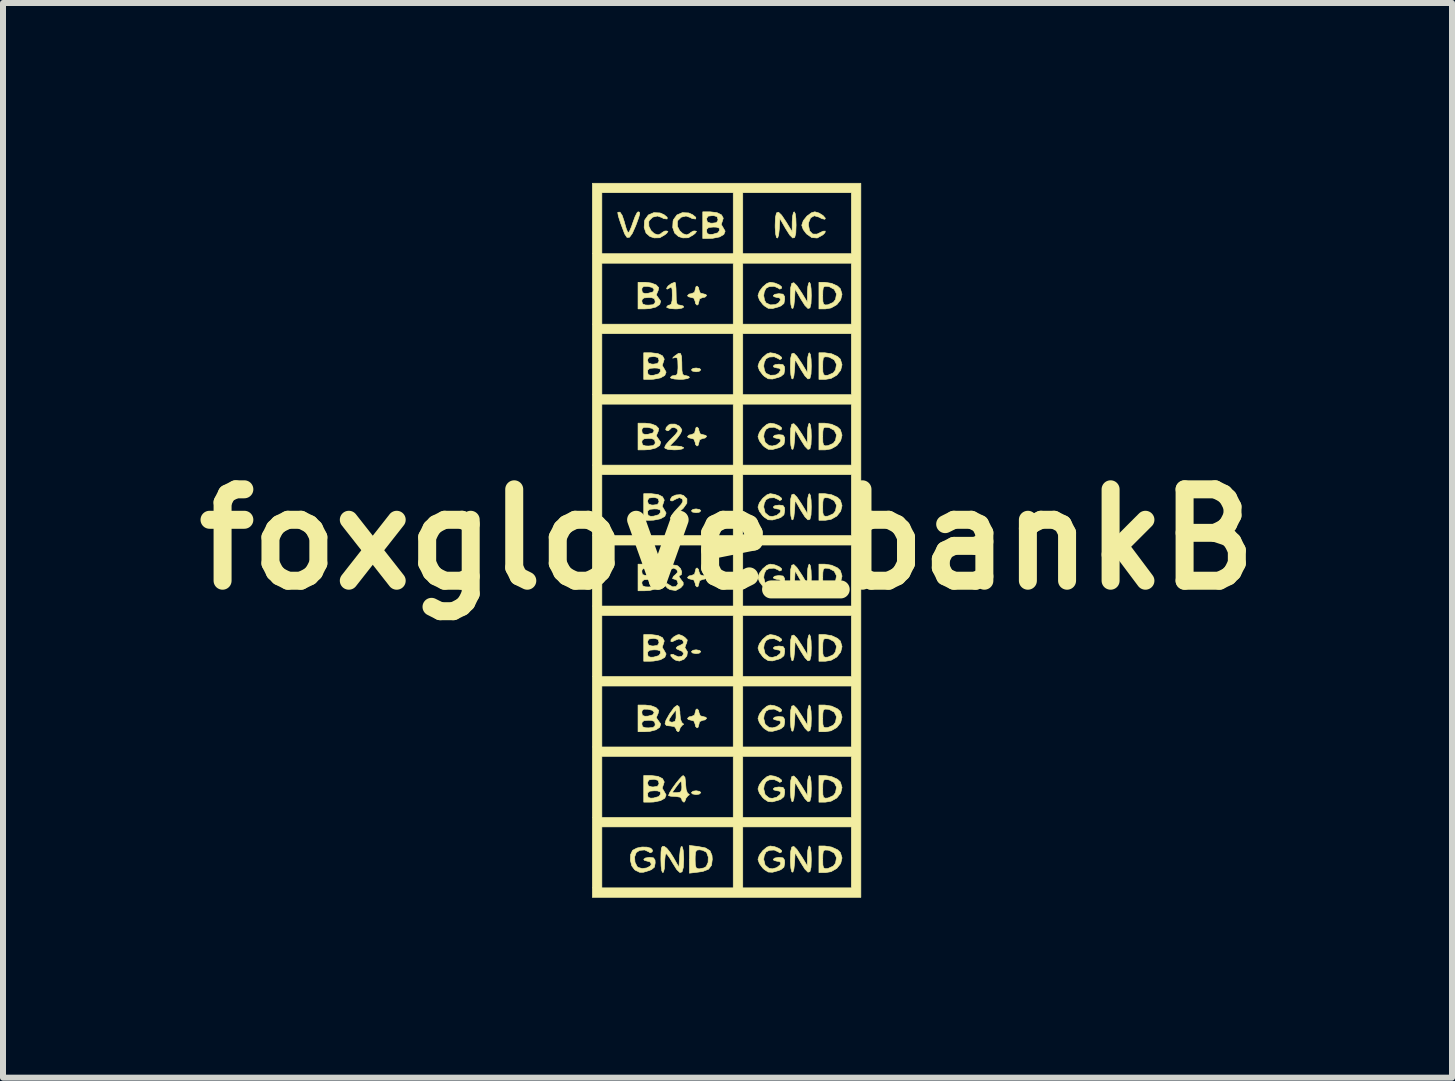
<source format=kicad_pcb>
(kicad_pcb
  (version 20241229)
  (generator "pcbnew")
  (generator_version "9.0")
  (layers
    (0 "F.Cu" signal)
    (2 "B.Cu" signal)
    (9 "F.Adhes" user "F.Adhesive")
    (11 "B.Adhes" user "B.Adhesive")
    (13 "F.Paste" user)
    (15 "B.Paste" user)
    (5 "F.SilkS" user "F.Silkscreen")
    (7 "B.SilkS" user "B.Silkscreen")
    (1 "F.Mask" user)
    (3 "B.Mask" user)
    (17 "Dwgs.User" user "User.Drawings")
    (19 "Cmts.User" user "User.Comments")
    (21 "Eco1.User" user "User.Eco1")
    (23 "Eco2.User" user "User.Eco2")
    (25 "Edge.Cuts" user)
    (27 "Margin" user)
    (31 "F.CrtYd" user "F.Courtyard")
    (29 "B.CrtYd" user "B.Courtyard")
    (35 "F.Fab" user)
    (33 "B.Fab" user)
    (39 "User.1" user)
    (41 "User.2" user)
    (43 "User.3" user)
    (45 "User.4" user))
  (footprint "foxglove_bankB"
    (layer "F.Cu")
    (at 9.079 5.942)
    (property "Reference" "foxglove_bankB" (at 0 0 0) (layer "F.SilkS") (effects (font (size 1.524 1.524) (thickness 0.3))))
    (attr through_hole)
    (fp_poly (pts (xy -0.464 -2.847) (xy -0.445 -2.826) (xy -0.472 -2.802) (xy -0.524 -2.794) (xy -0.584 -2.805) (xy -0.603 -2.826) (xy -0.576 -2.85) (xy -0.524 -2.857) (xy -0.464 -2.847)) (stroke (width 0.01) (type solid)) (fill yes) (layer "F.SilkS"))
    (fp_poly (pts (xy -0.464 -0.497) (xy -0.445 -0.476) (xy -0.472 -0.452) (xy -0.524 -0.445) (xy -0.584 -0.455) (xy -0.603 -0.476) (xy -0.576 -0.5) (xy -0.524 -0.508) (xy -0.464 -0.497)) (stroke (width 0.01) (type solid)) (fill yes) (layer "F.SilkS"))
    (fp_poly (pts (xy -0.464 1.852) (xy -0.445 1.873) (xy -0.472 1.897) (xy -0.524 1.905) (xy -0.584 1.894) (xy -0.603 1.873) (xy -0.576 1.849) (xy -0.524 1.841) (xy -0.464 1.852)) (stroke (width 0.01) (type solid)) (fill yes) (layer "F.SilkS"))
    (fp_poly (pts (xy -0.464 4.202) (xy -0.445 4.223) (xy -0.472 4.247) (xy -0.524 4.255) (xy -0.584 4.244) (xy -0.603 4.223) (xy -0.576 4.199) (xy -0.524 4.191) (xy -0.464 4.202)) (stroke (width 0.01) (type solid)) (fill yes) (layer "F.SilkS"))
    (fp_poly (pts (xy -0.482 -4.196) (xy -0.476 -4.159) (xy -0.454 -4.106) (xy -0.413 -4.096) (xy -0.361 -4.082) (xy -0.349 -4.064) (xy -0.376 -4.038) (xy -0.413 -4.032) (xy -0.466 -4.01) (xy -0.476 -3.969) (xy -0.49 -3.917) (xy -0.508 -3.905) (xy -0.534 -3.932) (xy -0.54 -3.969) (xy -0.562 -4.022) (xy -0.603 -4.032) (xy -0.655 -4.046) (xy -0.667 -4.064) (xy -0.64 -4.09) (xy -0.603 -4.096) (xy -0.55 -4.118) (xy -0.54 -4.159) (xy -0.526 -4.211) (xy -0.508 -4.223) (xy -0.482 -4.196)) (stroke (width 0.01) (type solid)) (fill yes) (layer "F.SilkS"))
    (fp_poly (pts (xy -0.482 -1.847) (xy -0.476 -1.81) (xy -0.454 -1.757) (xy -0.413 -1.746) (xy -0.361 -1.733) (xy -0.349 -1.714) (xy -0.376 -1.689) (xy -0.413 -1.683) (xy -0.466 -1.66) (xy -0.476 -1.619) (xy -0.49 -1.568) (xy -0.508 -1.556) (xy -0.534 -1.582) (xy -0.54 -1.619) (xy -0.562 -1.672) (xy -0.603 -1.683) (xy -0.655 -1.696) (xy -0.667 -1.714) (xy -0.64 -1.74) (xy -0.603 -1.746) (xy -0.55 -1.769) (xy -0.54 -1.81) (xy -0.526 -1.861) (xy -0.508 -1.873) (xy -0.482 -1.847)) (stroke (width 0.01) (type solid)) (fill yes) (layer "F.SilkS"))
    (fp_poly (pts (xy -0.482 0.503) (xy -0.476 0.54) (xy -0.454 0.593) (xy -0.413 0.603) (xy -0.361 0.617) (xy -0.349 0.635) (xy -0.376 0.661) (xy -0.413 0.667) (xy -0.466 0.689) (xy -0.476 0.73) (xy -0.49 0.782) (xy -0.508 0.794) (xy -0.534 0.767) (xy -0.54 0.73) (xy -0.562 0.677) (xy -0.603 0.667) (xy -0.655 0.653) (xy -0.667 0.635) (xy -0.64 0.609) (xy -0.603 0.603) (xy -0.55 0.581) (xy -0.54 0.54) (xy -0.526 0.488) (xy -0.508 0.476) (xy -0.482 0.503)) (stroke (width 0.01) (type solid)) (fill yes) (layer "F.SilkS"))
    (fp_poly (pts (xy -0.482 2.852) (xy -0.476 2.889) (xy -0.454 2.942) (xy -0.413 2.953) (xy -0.361 2.966) (xy -0.349 2.985) (xy -0.376 3.01) (xy -0.413 3.016) (xy -0.466 3.039) (xy -0.476 3.08) (xy -0.49 3.131) (xy -0.508 3.143) (xy -0.534 3.117) (xy -0.54 3.08) (xy -0.562 3.027) (xy -0.603 3.016) (xy -0.655 3.003) (xy -0.667 2.985) (xy -0.64 2.959) (xy -0.603 2.953) (xy -0.55 2.93) (xy -0.54 2.889) (xy -0.526 2.838) (xy -0.508 2.826) (xy -0.482 2.852)) (stroke (width 0.01) (type solid)) (fill yes) (layer "F.SilkS"))
    (fp_poly (pts (xy -1.468 -5.454) (xy -1.464 -5.427) (xy -1.48 -5.368) (xy -1.517 -5.265) (xy -1.533 -5.224) (xy -1.588 -5.1) (xy -1.634 -5.037) (xy -1.675 -5.033) (xy -1.711 -5.086) (xy -1.718 -5.101) (xy -1.783 -5.274) (xy -1.82 -5.389) (xy -1.83 -5.447) (xy -1.828 -5.453) (xy -1.793 -5.455) (xy -1.756 -5.4) (xy -1.72 -5.292) (xy -1.715 -5.271) (xy -1.689 -5.181) (xy -1.665 -5.123) (xy -1.654 -5.112) (xy -1.633 -5.139) (xy -1.602 -5.211) (xy -1.576 -5.286) (xy -1.541 -5.381) (xy -1.509 -5.444) (xy -1.491 -5.461) (xy -1.468 -5.454)) (stroke (width 0.01) (type solid)) (fill yes) (layer "F.SilkS"))
    (fp_poly (pts (xy 1.128 -5.432) (xy 1.139 -5.353) (xy 1.143 -5.239) (xy 1.143 -5.239) (xy 1.138 -5.105) (xy 1.12 -5.034) (xy 1.087 -5.024) (xy 1.037 -5.074) (xy 0.968 -5.183) (xy 0.873 -5.35) (xy 0.864 -5.183) (xy 0.852 -5.074) (xy 0.835 -5.024) (xy 0.817 -5.031) (xy 0.802 -5.091) (xy 0.794 -5.201) (xy 0.794 -5.239) (xy 0.799 -5.372) (xy 0.817 -5.443) (xy 0.851 -5.454) (xy 0.902 -5.404) (xy 0.975 -5.295) (xy 0.976 -5.294) (xy 1.077 -5.128) (xy 1.078 -5.294) (xy 1.084 -5.387) (xy 1.099 -5.448) (xy 1.111 -5.461) (xy 1.128 -5.432)) (stroke (width 0.01) (type solid)) (fill yes) (layer "F.SilkS"))
    (fp_poly (pts (xy 1.382 -4.257) (xy 1.393 -4.178) (xy 1.397 -4.064) (xy 1.397 -4.064) (xy 1.392 -3.931) (xy 1.374 -3.859) (xy 1.341 -3.849) (xy 1.291 -3.899) (xy 1.222 -4.008) (xy 1.127 -4.175) (xy 1.118 -4.008) (xy 1.106 -3.899) (xy 1.089 -3.849) (xy 1.071 -3.856) (xy 1.056 -3.916) (xy 1.048 -4.026) (xy 1.048 -4.064) (xy 1.053 -4.197) (xy 1.071 -4.268) (xy 1.105 -4.279) (xy 1.156 -4.229) (xy 1.229 -4.12) (xy 1.23 -4.12) (xy 1.331 -3.953) (xy 1.332 -4.12) (xy 1.338 -4.213) (xy 1.353 -4.273) (xy 1.365 -4.286) (xy 1.382 -4.257)) (stroke (width 0.01) (type solid)) (fill yes) (layer "F.SilkS"))
    (fp_poly (pts (xy 1.382 -3.082) (xy 1.393 -3.003) (xy 1.397 -2.889) (xy 1.397 -2.889) (xy 1.392 -2.756) (xy 1.374 -2.685) (xy 1.341 -2.674) (xy 1.291 -2.725) (xy 1.222 -2.834) (xy 1.127 -3) (xy 1.118 -2.834) (xy 1.106 -2.724) (xy 1.089 -2.674) (xy 1.071 -2.681) (xy 1.056 -2.741) (xy 1.048 -2.851) (xy 1.048 -2.889) (xy 1.053 -3.022) (xy 1.071 -3.094) (xy 1.105 -3.104) (xy 1.156 -3.054) (xy 1.229 -2.945) (xy 1.23 -2.945) (xy 1.331 -2.778) (xy 1.332 -2.945) (xy 1.338 -3.038) (xy 1.353 -3.098) (xy 1.365 -3.111) (xy 1.382 -3.082)) (stroke (width 0.01) (type solid)) (fill yes) (layer "F.SilkS"))
    (fp_poly (pts (xy 1.382 -1.907) (xy 1.393 -1.829) (xy 1.397 -1.715) (xy 1.397 -1.714) (xy 1.392 -1.581) (xy 1.374 -1.51) (xy 1.341 -1.5) (xy 1.291 -1.55) (xy 1.222 -1.659) (xy 1.127 -1.826) (xy 1.118 -1.659) (xy 1.106 -1.549) (xy 1.089 -1.5) (xy 1.071 -1.506) (xy 1.056 -1.566) (xy 1.048 -1.677) (xy 1.048 -1.714) (xy 1.053 -1.848) (xy 1.071 -1.919) (xy 1.105 -1.929) (xy 1.156 -1.879) (xy 1.229 -1.77) (xy 1.23 -1.77) (xy 1.331 -1.603) (xy 1.332 -1.77) (xy 1.338 -1.863) (xy 1.353 -1.924) (xy 1.365 -1.937) (xy 1.382 -1.907)) (stroke (width 0.01) (type solid)) (fill yes) (layer "F.SilkS"))
    (fp_poly (pts (xy 1.382 -0.733) (xy 1.393 -0.654) (xy 1.397 -0.54) (xy 1.397 -0.54) (xy 1.392 -0.406) (xy 1.374 -0.335) (xy 1.341 -0.325) (xy 1.291 -0.375) (xy 1.222 -0.484) (xy 1.127 -0.651) (xy 1.118 -0.484) (xy 1.106 -0.375) (xy 1.089 -0.325) (xy 1.071 -0.332) (xy 1.056 -0.392) (xy 1.048 -0.502) (xy 1.048 -0.54) (xy 1.053 -0.673) (xy 1.071 -0.744) (xy 1.105 -0.755) (xy 1.156 -0.705) (xy 1.229 -0.596) (xy 1.23 -0.595) (xy 1.331 -0.429) (xy 1.332 -0.595) (xy 1.338 -0.688) (xy 1.353 -0.749) (xy 1.365 -0.762) (xy 1.382 -0.733)) (stroke (width 0.01) (type solid)) (fill yes) (layer "F.SilkS"))
    (fp_poly (pts (xy 1.382 0.442) (xy 1.393 0.521) (xy 1.397 0.635) (xy 1.397 0.635) (xy 1.392 0.768) (xy 1.374 0.84) (xy 1.341 0.85) (xy 1.291 0.8) (xy 1.222 0.691) (xy 1.127 0.524) (xy 1.118 0.691) (xy 1.106 0.8) (xy 1.089 0.85) (xy 1.071 0.843) (xy 1.056 0.783) (xy 1.048 0.673) (xy 1.048 0.635) (xy 1.053 0.502) (xy 1.071 0.431) (xy 1.105 0.42) (xy 1.156 0.47) (xy 1.229 0.579) (xy 1.23 0.579) (xy 1.331 0.746) (xy 1.332 0.579) (xy 1.338 0.486) (xy 1.353 0.426) (xy 1.365 0.413) (xy 1.382 0.442)) (stroke (width 0.01) (type solid)) (fill yes) (layer "F.SilkS"))
    (fp_poly (pts (xy 1.382 1.617) (xy 1.393 1.696) (xy 1.397 1.81) (xy 1.397 1.81) (xy 1.392 1.943) (xy 1.374 2.014) (xy 1.341 2.025) (xy 1.291 1.974) (xy 1.222 1.865) (xy 1.127 1.699) (xy 1.118 1.865) (xy 1.106 1.975) (xy 1.089 2.025) (xy 1.071 2.018) (xy 1.056 1.958) (xy 1.048 1.848) (xy 1.048 1.81) (xy 1.053 1.677) (xy 1.071 1.605) (xy 1.105 1.595) (xy 1.156 1.645) (xy 1.229 1.754) (xy 1.23 1.754) (xy 1.331 1.921) (xy 1.332 1.754) (xy 1.338 1.661) (xy 1.353 1.601) (xy 1.365 1.587) (xy 1.382 1.617)) (stroke (width 0.01) (type solid)) (fill yes) (layer "F.SilkS"))
    (fp_poly (pts (xy 1.382 2.792) (xy 1.393 2.87) (xy 1.397 2.984) (xy 1.397 2.985) (xy 1.392 3.118) (xy 1.374 3.189) (xy 1.341 3.199) (xy 1.291 3.149) (xy 1.222 3.04) (xy 1.127 2.873) (xy 1.118 3.04) (xy 1.106 3.15) (xy 1.089 3.199) (xy 1.071 3.193) (xy 1.056 3.133) (xy 1.048 3.022) (xy 1.048 2.985) (xy 1.053 2.851) (xy 1.071 2.78) (xy 1.105 2.77) (xy 1.156 2.82) (xy 1.229 2.929) (xy 1.23 2.929) (xy 1.331 3.096) (xy 1.332 2.929) (xy 1.338 2.836) (xy 1.353 2.775) (xy 1.365 2.762) (xy 1.382 2.792)) (stroke (width 0.01) (type solid)) (fill yes) (layer "F.SilkS"))
    (fp_poly (pts (xy 1.382 3.966) (xy 1.393 4.045) (xy 1.397 4.159) (xy 1.397 4.159) (xy 1.392 4.293) (xy 1.374 4.364) (xy 1.341 4.374) (xy 1.291 4.324) (xy 1.222 4.215) (xy 1.127 4.048) (xy 1.118 4.215) (xy 1.106 4.324) (xy 1.089 4.374) (xy 1.071 4.367) (xy 1.056 4.307) (xy 1.048 4.197) (xy 1.048 4.159) (xy 1.053 4.026) (xy 1.071 3.955) (xy 1.105 3.944) (xy 1.156 3.994) (xy 1.229 4.103) (xy 1.23 4.104) (xy 1.331 4.27) (xy 1.332 4.104) (xy 1.338 4.011) (xy 1.353 3.95) (xy 1.365 3.937) (xy 1.382 3.966)) (stroke (width 0.01) (type solid)) (fill yes) (layer "F.SilkS"))
    (fp_poly (pts (xy 1.382 5.141) (xy 1.393 5.22) (xy 1.397 5.334) (xy 1.397 5.334) (xy 1.392 5.467) (xy 1.374 5.539) (xy 1.341 5.549) (xy 1.291 5.499) (xy 1.222 5.39) (xy 1.127 5.223) (xy 1.118 5.39) (xy 1.106 5.499) (xy 1.089 5.549) (xy 1.071 5.542) (xy 1.056 5.482) (xy 1.048 5.372) (xy 1.048 5.334) (xy 1.053 5.201) (xy 1.071 5.13) (xy 1.105 5.119) (xy 1.156 5.169) (xy 1.229 5.278) (xy 1.23 5.278) (xy 1.331 5.445) (xy 1.332 5.278) (xy 1.338 5.185) (xy 1.353 5.125) (xy 1.365 5.112) (xy 1.382 5.141)) (stroke (width 0.01) (type solid)) (fill yes) (layer "F.SilkS"))
    (fp_poly (pts (xy 1.524 -5.441) (xy 1.592 -5.399) (xy 1.631 -5.354) (xy 1.622 -5.336) (xy 1.573 -5.347) (xy 1.523 -5.373) (xy 1.446 -5.395) (xy 1.385 -5.361) (xy 1.352 -5.281) (xy 1.349 -5.239) (xy 1.369 -5.142) (xy 1.42 -5.09) (xy 1.492 -5.089) (xy 1.523 -5.104) (xy 1.593 -5.138) (xy 1.63 -5.139) (xy 1.624 -5.112) (xy 1.592 -5.079) (xy 1.495 -5.024) (xy 1.403 -5.032) (xy 1.316 -5.094) (xy 1.262 -5.166) (xy 1.238 -5.235) (xy 1.238 -5.239) (xy 1.264 -5.314) (xy 1.325 -5.39) (xy 1.401 -5.446) (xy 1.456 -5.461) (xy 1.524 -5.441)) (stroke (width 0.01) (type solid)) (fill yes) (layer "F.SilkS"))
    (fp_poly (pts (xy 1.735 -4.268) (xy 1.834 -4.223) (xy 1.881 -4.178) (xy 1.909 -4.087) (xy 1.886 -3.993) (xy 1.822 -3.913) (xy 1.726 -3.858) (xy 1.631 -3.842) (xy 1.524 -3.842) (xy 1.524 -4.064) (xy 1.587 -4.064) (xy 1.589 -3.969) (xy 1.601 -3.922) (xy 1.63 -3.908) (xy 1.674 -3.911) (xy 1.763 -3.951) (xy 1.8 -4) (xy 1.817 -4.092) (xy 1.779 -4.168) (xy 1.696 -4.213) (xy 1.671 -4.217) (xy 1.622 -4.219) (xy 1.597 -4.2) (xy 1.589 -4.144) (xy 1.587 -4.064) (xy 1.524 -4.064) (xy 1.524 -4.286) (xy 1.621 -4.286) (xy 1.735 -4.268)) (stroke (width 0.01) (type solid)) (fill yes) (layer "F.SilkS"))
    (fp_poly (pts (xy 1.735 -3.094) (xy 1.834 -3.048) (xy 1.881 -3.004) (xy 1.909 -2.912) (xy 1.886 -2.819) (xy 1.822 -2.738) (xy 1.726 -2.683) (xy 1.631 -2.667) (xy 1.524 -2.667) (xy 1.524 -2.889) (xy 1.587 -2.889) (xy 1.589 -2.794) (xy 1.601 -2.747) (xy 1.63 -2.733) (xy 1.674 -2.736) (xy 1.763 -2.776) (xy 1.8 -2.825) (xy 1.817 -2.917) (xy 1.779 -2.993) (xy 1.696 -3.038) (xy 1.671 -3.042) (xy 1.622 -3.044) (xy 1.597 -3.025) (xy 1.589 -2.969) (xy 1.587 -2.889) (xy 1.524 -2.889) (xy 1.524 -3.111) (xy 1.621 -3.111) (xy 1.735 -3.094)) (stroke (width 0.01) (type solid)) (fill yes) (layer "F.SilkS"))
    (fp_poly (pts (xy 1.735 -1.919) (xy 1.834 -1.873) (xy 1.881 -1.829) (xy 1.909 -1.737) (xy 1.886 -1.644) (xy 1.822 -1.563) (xy 1.726 -1.508) (xy 1.631 -1.492) (xy 1.524 -1.492) (xy 1.524 -1.714) (xy 1.587 -1.714) (xy 1.589 -1.619) (xy 1.601 -1.572) (xy 1.63 -1.559) (xy 1.674 -1.562) (xy 1.763 -1.601) (xy 1.8 -1.651) (xy 1.817 -1.743) (xy 1.779 -1.818) (xy 1.696 -1.863) (xy 1.671 -1.867) (xy 1.622 -1.869) (xy 1.597 -1.85) (xy 1.589 -1.795) (xy 1.587 -1.714) (xy 1.524 -1.714) (xy 1.524 -1.937) (xy 1.621 -1.937) (xy 1.735 -1.919)) (stroke (width 0.01) (type solid)) (fill yes) (layer "F.SilkS"))
    (fp_poly (pts (xy 1.735 -0.744) (xy 1.834 -0.699) (xy 1.881 -0.654) (xy 1.909 -0.562) (xy 1.886 -0.469) (xy 1.822 -0.388) (xy 1.726 -0.334) (xy 1.631 -0.318) (xy 1.524 -0.318) (xy 1.524 -0.54) (xy 1.587 -0.54) (xy 1.589 -0.444) (xy 1.601 -0.398) (xy 1.63 -0.384) (xy 1.674 -0.387) (xy 1.763 -0.427) (xy 1.8 -0.476) (xy 1.817 -0.568) (xy 1.779 -0.644) (xy 1.696 -0.688) (xy 1.671 -0.693) (xy 1.622 -0.695) (xy 1.597 -0.675) (xy 1.589 -0.62) (xy 1.587 -0.54) (xy 1.524 -0.54) (xy 1.524 -0.762) (xy 1.621 -0.762) (xy 1.735 -0.744)) (stroke (width 0.01) (type solid)) (fill yes) (layer "F.SilkS"))
    (fp_poly (pts (xy 1.735 0.431) (xy 1.834 0.476) (xy 1.881 0.521) (xy 1.909 0.612) (xy 1.886 0.706) (xy 1.822 0.786) (xy 1.726 0.841) (xy 1.631 0.857) (xy 1.524 0.857) (xy 1.524 0.635) (xy 1.587 0.635) (xy 1.589 0.73) (xy 1.601 0.777) (xy 1.63 0.791) (xy 1.674 0.788) (xy 1.763 0.748) (xy 1.8 0.699) (xy 1.817 0.607) (xy 1.779 0.531) (xy 1.696 0.486) (xy 1.671 0.482) (xy 1.622 0.48) (xy 1.597 0.499) (xy 1.589 0.555) (xy 1.587 0.635) (xy 1.524 0.635) (xy 1.524 0.413) (xy 1.621 0.413) (xy 1.735 0.431)) (stroke (width 0.01) (type solid)) (fill yes) (layer "F.SilkS"))
    (fp_poly (pts (xy 1.735 1.605) (xy 1.834 1.651) (xy 1.881 1.695) (xy 1.909 1.787) (xy 1.886 1.88) (xy 1.822 1.961) (xy 1.726 2.016) (xy 1.631 2.032) (xy 1.524 2.032) (xy 1.524 1.81) (xy 1.587 1.81) (xy 1.589 1.905) (xy 1.601 1.952) (xy 1.63 1.966) (xy 1.674 1.963) (xy 1.763 1.923) (xy 1.8 1.874) (xy 1.817 1.782) (xy 1.779 1.706) (xy 1.696 1.661) (xy 1.671 1.657) (xy 1.622 1.655) (xy 1.597 1.674) (xy 1.589 1.73) (xy 1.587 1.81) (xy 1.524 1.81) (xy 1.524 1.587) (xy 1.621 1.587) (xy 1.735 1.605)) (stroke (width 0.01) (type solid)) (fill yes) (layer "F.SilkS"))
    (fp_poly (pts (xy 1.735 2.78) (xy 1.834 2.826) (xy 1.881 2.87) (xy 1.909 2.962) (xy 1.886 3.055) (xy 1.822 3.136) (xy 1.726 3.191) (xy 1.631 3.207) (xy 1.524 3.207) (xy 1.524 2.985) (xy 1.587 2.985) (xy 1.589 3.08) (xy 1.601 3.127) (xy 1.63 3.14) (xy 1.674 3.137) (xy 1.763 3.098) (xy 1.8 3.048) (xy 1.817 2.956) (xy 1.779 2.881) (xy 1.696 2.836) (xy 1.671 2.832) (xy 1.622 2.83) (xy 1.597 2.849) (xy 1.589 2.904) (xy 1.587 2.985) (xy 1.524 2.985) (xy 1.524 2.762) (xy 1.621 2.762) (xy 1.735 2.78)) (stroke (width 0.01) (type solid)) (fill yes) (layer "F.SilkS"))
    (fp_poly (pts (xy 1.735 3.955) (xy 1.834 4) (xy 1.881 4.045) (xy 1.909 4.137) (xy 1.886 4.23) (xy 1.822 4.311) (xy 1.726 4.365) (xy 1.631 4.381) (xy 1.524 4.381) (xy 1.524 4.159) (xy 1.587 4.159) (xy 1.589 4.255) (xy 1.601 4.301) (xy 1.63 4.315) (xy 1.674 4.312) (xy 1.763 4.272) (xy 1.8 4.223) (xy 1.817 4.131) (xy 1.779 4.055) (xy 1.696 4.011) (xy 1.671 4.006) (xy 1.622 4.004) (xy 1.597 4.024) (xy 1.589 4.079) (xy 1.587 4.159) (xy 1.524 4.159) (xy 1.524 3.937) (xy 1.621 3.937) (xy 1.735 3.955)) (stroke (width 0.01) (type solid)) (fill yes) (layer "F.SilkS"))
    (fp_poly (pts (xy 1.735 5.13) (xy 1.834 5.175) (xy 1.881 5.22) (xy 1.909 5.311) (xy 1.886 5.405) (xy 1.822 5.485) (xy 1.726 5.54) (xy 1.631 5.556) (xy 1.524 5.556) (xy 1.524 5.334) (xy 1.587 5.334) (xy 1.589 5.429) (xy 1.601 5.476) (xy 1.63 5.49) (xy 1.674 5.487) (xy 1.763 5.447) (xy 1.8 5.398) (xy 1.817 5.306) (xy 1.779 5.23) (xy 1.696 5.185) (xy 1.671 5.181) (xy 1.622 5.179) (xy 1.597 5.198) (xy 1.589 5.254) (xy 1.587 5.334) (xy 1.524 5.334) (xy 1.524 5.112) (xy 1.621 5.112) (xy 1.735 5.13)) (stroke (width 0.01) (type solid)) (fill yes) (layer "F.SilkS"))
    (fp_poly (pts (xy -0.866 -4.257) (xy -0.859 -4.182) (xy -0.857 -4.096) (xy -0.855 -3.989) (xy -0.845 -3.932) (xy -0.822 -3.909) (xy -0.794 -3.905) (xy -0.742 -3.892) (xy -0.73 -3.873) (xy -0.759 -3.855) (xy -0.83 -3.843) (xy -0.873 -3.842) (xy -0.958 -3.848) (xy -1.009 -3.864) (xy -1.016 -3.873) (xy -0.99 -3.902) (xy -0.968 -3.905) (xy -0.939 -3.922) (xy -0.924 -3.98) (xy -0.921 -4.068) (xy -0.923 -4.161) (xy -0.933 -4.202) (xy -0.954 -4.201) (xy -0.968 -4.191) (xy -1.008 -4.171) (xy -1.016 -4.186) (xy -0.991 -4.224) (xy -0.937 -4.264) (xy -0.881 -4.286) (xy -0.875 -4.286) (xy -0.866 -4.257)) (stroke (width 0.01) (type solid)) (fill yes) (layer "F.SilkS"))
    (fp_poly (pts (xy -0.784 -3.099) (xy -0.767 -3.05) (xy -0.762 -2.945) (xy -0.762 -2.921) (xy -0.76 -2.815) (xy -0.75 -2.757) (xy -0.727 -2.734) (xy -0.699 -2.731) (xy -0.647 -2.717) (xy -0.635 -2.699) (xy -0.664 -2.681) (xy -0.737 -2.669) (xy -0.794 -2.667) (xy -0.884 -2.673) (xy -0.942 -2.687) (xy -0.953 -2.699) (xy -0.926 -2.725) (xy -0.889 -2.731) (xy -0.851 -2.739) (xy -0.832 -2.775) (xy -0.826 -2.853) (xy -0.826 -2.888) (xy -0.829 -2.982) (xy -0.841 -3.025) (xy -0.868 -3.032) (xy -0.881 -3.029) (xy -0.915 -3.021) (xy -0.899 -3.041) (xy -0.875 -3.061) (xy -0.818 -3.101) (xy -0.784 -3.099)) (stroke (width 0.01) (type solid)) (fill yes) (layer "F.SilkS"))
    (fp_poly (pts (xy -0.492 5.12) (xy -0.366 5.145) (xy -0.292 5.192) (xy -0.259 5.27) (xy -0.254 5.334) (xy -0.268 5.435) (xy -0.317 5.499) (xy -0.411 5.536) (xy -0.492 5.548) (xy -0.635 5.565) (xy -0.635 5.334) (xy -0.54 5.334) (xy -0.537 5.428) (xy -0.523 5.476) (xy -0.492 5.491) (xy -0.467 5.493) (xy -0.392 5.477) (xy -0.356 5.455) (xy -0.324 5.386) (xy -0.321 5.296) (xy -0.348 5.222) (xy -0.356 5.213) (xy -0.416 5.183) (xy -0.467 5.175) (xy -0.51 5.181) (xy -0.532 5.211) (xy -0.539 5.279) (xy -0.54 5.334) (xy -0.635 5.334) (xy -0.635 5.103) (xy -0.492 5.12)) (stroke (width 0.01) (type solid)) (fill yes) (layer "F.SilkS"))
    (fp_poly (pts (xy -1.125 -5.442) (xy -1.057 -5.412) (xy -1.006 -5.369) (xy -1.006 -5.343) (xy -1.01 -5.341) (xy -1.066 -5.348) (xy -1.096 -5.366) (xy -1.169 -5.391) (xy -1.247 -5.372) (xy -1.304 -5.317) (xy -1.313 -5.295) (xy -1.311 -5.218) (xy -1.275 -5.147) (xy -1.22 -5.096) (xy -1.158 -5.076) (xy -1.105 -5.099) (xy -1.095 -5.112) (xy -1.05 -5.139) (xy -1.022 -5.142) (xy -0.993 -5.135) (xy -1.012 -5.106) (xy -1.043 -5.079) (xy -1.13 -5.028) (xy -1.222 -5.026) (xy -1.293 -5.049) (xy -1.358 -5.106) (xy -1.39 -5.199) (xy -1.384 -5.307) (xy -1.377 -5.329) (xy -1.32 -5.408) (xy -1.229 -5.447) (xy -1.125 -5.442)) (stroke (width 0.01) (type solid)) (fill yes) (layer "F.SilkS"))
    (fp_poly (pts (xy -0.648 -5.442) (xy -0.581 -5.412) (xy -0.529 -5.369) (xy -0.53 -5.343) (xy -0.534 -5.341) (xy -0.59 -5.348) (xy -0.62 -5.366) (xy -0.692 -5.391) (xy -0.771 -5.372) (xy -0.828 -5.317) (xy -0.836 -5.295) (xy -0.835 -5.218) (xy -0.799 -5.147) (xy -0.744 -5.096) (xy -0.682 -5.076) (xy -0.629 -5.099) (xy -0.619 -5.112) (xy -0.574 -5.139) (xy -0.546 -5.142) (xy -0.517 -5.135) (xy -0.536 -5.106) (xy -0.567 -5.079) (xy -0.654 -5.028) (xy -0.745 -5.026) (xy -0.817 -5.049) (xy -0.881 -5.106) (xy -0.914 -5.199) (xy -0.908 -5.307) (xy -0.901 -5.329) (xy -0.844 -5.408) (xy -0.753 -5.447) (xy -0.648 -5.442)) (stroke (width 0.01) (type solid)) (fill yes) (layer "F.SilkS"))
    (fp_poly (pts (xy -1.013 5.149) (xy -0.955 5.221) (xy -0.906 5.298) (xy -0.81 5.467) (xy -0.8 5.289) (xy -0.788 5.175) (xy -0.772 5.121) (xy -0.754 5.125) (xy -0.739 5.184) (xy -0.731 5.295) (xy -0.73 5.334) (xy -0.737 5.469) (xy -0.758 5.543) (xy -0.794 5.555) (xy -0.846 5.505) (xy -0.913 5.398) (xy -0.964 5.312) (xy -1.006 5.254) (xy -1.024 5.239) (xy -1.038 5.267) (xy -1.046 5.34) (xy -1.048 5.397) (xy -1.053 5.488) (xy -1.068 5.546) (xy -1.079 5.556) (xy -1.096 5.527) (xy -1.107 5.448) (xy -1.111 5.333) (xy -1.111 5.332) (xy -1.109 5.214) (xy -1.102 5.147) (xy -1.085 5.119) (xy -1.057 5.118) (xy -1.013 5.149)) (stroke (width 0.01) (type solid)) (fill yes) (layer "F.SilkS"))
    (fp_poly (pts (xy -0.803 -1.888) (xy -0.764 -1.833) (xy -0.762 -1.818) (xy -0.783 -1.764) (xy -0.836 -1.691) (xy -0.863 -1.66) (xy -0.965 -1.556) (xy -0.848 -1.556) (xy -0.772 -1.548) (xy -0.732 -1.529) (xy -0.73 -1.524) (xy -0.759 -1.506) (xy -0.832 -1.494) (xy -0.889 -1.492) (xy -0.993 -1.499) (xy -1.042 -1.519) (xy -1.048 -1.535) (xy -1.026 -1.58) (xy -0.97 -1.646) (xy -0.937 -1.678) (xy -0.871 -1.745) (xy -0.831 -1.797) (xy -0.826 -1.812) (xy -0.849 -1.849) (xy -0.897 -1.867) (xy -0.938 -1.858) (xy -0.945 -1.847) (xy -0.984 -1.813) (xy -1.002 -1.81) (xy -1.031 -1.827) (xy -1.022 -1.866) (xy -0.983 -1.906) (xy -0.951 -1.921) (xy -0.874 -1.922) (xy -0.803 -1.888)) (stroke (width 0.01) (type solid)) (fill yes) (layer "F.SilkS"))
    (fp_poly (pts (xy -0.808 2.79) (xy -0.794 2.874) (xy -0.794 2.902) (xy -0.785 2.996) (xy -0.763 3.054) (xy -0.754 3.061) (xy -0.731 3.082) (xy -0.754 3.098) (xy -0.791 3.143) (xy -0.794 3.162) (xy -0.812 3.202) (xy -0.826 3.207) (xy -0.854 3.181) (xy -0.857 3.159) (xy -0.886 3.121) (xy -0.953 3.111) (xy -1.018 3.104) (xy -1.042 3.075) (xy -1.031 3.034) (xy -0.976 3.034) (xy -0.935 3.048) (xy -0.921 3.048) (xy -0.876 3.035) (xy -0.859 2.983) (xy -0.858 2.945) (xy -0.859 2.842) (xy -0.921 2.921) (xy -0.972 2.995) (xy -0.976 3.034) (xy -1.031 3.034) (xy -1.026 3.015) (xy -0.97 2.916) (xy -0.96 2.901) (xy -0.89 2.803) (xy -0.839 2.767) (xy -0.808 2.79)) (stroke (width 0.01) (type solid)) (fill yes) (layer "F.SilkS"))
    (fp_poly (pts (xy -0.734 -0.732) (xy -0.677 -0.676) (xy -0.678 -0.603) (xy -0.737 -0.52) (xy -0.762 -0.497) (xy -0.823 -0.442) (xy -0.855 -0.404) (xy -0.857 -0.399) (xy -0.83 -0.386) (xy -0.763 -0.381) (xy -0.762 -0.381) (xy -0.695 -0.372) (xy -0.667 -0.35) (xy -0.667 -0.349) (xy -0.695 -0.33) (xy -0.767 -0.319) (xy -0.81 -0.318) (xy -0.907 -0.326) (xy -0.951 -0.348) (xy -0.953 -0.356) (xy -0.932 -0.399) (xy -0.879 -0.467) (xy -0.835 -0.515) (xy -0.767 -0.59) (xy -0.743 -0.639) (xy -0.755 -0.673) (xy -0.756 -0.674) (xy -0.801 -0.697) (xy -0.858 -0.674) (xy -0.922 -0.64) (xy -0.949 -0.645) (xy -0.953 -0.667) (xy -0.925 -0.712) (xy -0.86 -0.74) (xy -0.783 -0.746) (xy -0.734 -0.732)) (stroke (width 0.01) (type solid)) (fill yes) (layer "F.SilkS"))
    (fp_poly (pts (xy -0.849 0.434) (xy -0.827 0.444) (xy -0.783 0.488) (xy -0.763 0.544) (xy -0.771 0.59) (xy -0.799 0.603) (xy -0.81 0.622) (xy -0.783 0.661) (xy -0.739 0.719) (xy -0.74 0.761) (xy -0.78 0.807) (xy -0.864 0.853) (xy -0.959 0.838) (xy -1.002 0.812) (xy -1.04 0.77) (xy -1.039 0.743) (xy -1 0.74) (xy -0.977 0.756) (xy -0.915 0.792) (xy -0.857 0.785) (xy -0.826 0.742) (xy -0.826 0.73) (xy -0.845 0.679) (xy -0.873 0.667) (xy -0.917 0.654) (xy -0.903 0.618) (xy -0.865 0.585) (xy -0.829 0.545) (xy -0.846 0.507) (xy -0.85 0.503) (xy -0.895 0.478) (xy -0.952 0.5) (xy -0.953 0.501) (xy -1.001 0.524) (xy -1.016 0.505) (xy -1.016 0.495) (xy -0.99 0.448) (xy -0.926 0.425) (xy -0.849 0.434)) (stroke (width 0.01) (type solid)) (fill yes) (layer "F.SilkS"))
    (fp_poly (pts (xy -0.758 1.605) (xy -0.713 1.633) (xy -0.671 1.677) (xy -0.681 1.727) (xy -0.69 1.743) (xy -0.711 1.803) (xy -0.698 1.826) (xy -0.668 1.875) (xy -0.678 1.942) (xy -0.722 1.995) (xy -0.728 1.999) (xy -0.802 2.029) (xy -0.862 2.016) (xy -0.907 1.987) (xy -0.945 1.945) (xy -0.945 1.919) (xy -0.906 1.917) (xy -0.874 1.936) (xy -0.814 1.959) (xy -0.757 1.947) (xy -0.73 1.905) (xy -0.73 1.903) (xy -0.757 1.867) (xy -0.794 1.851) (xy -0.845 1.827) (xy -0.857 1.81) (xy -0.831 1.783) (xy -0.794 1.769) (xy -0.742 1.74) (xy -0.73 1.716) (xy -0.755 1.674) (xy -0.812 1.66) (xy -0.872 1.682) (xy -0.874 1.684) (xy -0.924 1.707) (xy -0.945 1.701) (xy -0.941 1.669) (xy -0.9 1.628) (xy -0.845 1.596) (xy -0.81 1.587) (xy -0.758 1.605)) (stroke (width 0.01) (type solid)) (fill yes) (layer "F.SilkS"))
    (fp_poly (pts (xy -0.71 3.967) (xy -0.699 4.055) (xy -0.699 4.077) (xy -0.69 4.171) (xy -0.668 4.229) (xy -0.659 4.236) (xy -0.635 4.257) (xy -0.659 4.273) (xy -0.695 4.318) (xy -0.699 4.337) (xy -0.717 4.377) (xy -0.73 4.381) (xy -0.758 4.356) (xy -0.762 4.334) (xy -0.786 4.299) (xy -0.863 4.286) (xy -0.873 4.286) (xy -0.947 4.282) (xy -0.983 4.272) (xy -0.984 4.27) (xy -0.966 4.226) (xy -0.964 4.223) (xy -0.925 4.223) (xy -0.844 4.223) (xy -0.785 4.213) (xy -0.764 4.17) (xy -0.762 4.128) (xy -0.766 4.061) (xy -0.776 4.032) (xy -0.776 4.032) (xy -0.801 4.055) (xy -0.847 4.113) (xy -0.857 4.128) (xy -0.925 4.223) (xy -0.964 4.223) (xy -0.922 4.154) (xy -0.863 4.072) (xy -0.803 3.998) (xy -0.756 3.948) (xy -0.738 3.938) (xy -0.71 3.967)) (stroke (width 0.01) (type solid)) (fill yes) (layer "F.SilkS"))
    (fp_poly (pts (xy -1.343 5.131) (xy -1.279 5.149) (xy -1.25 5.182) (xy -1.257 5.211) (xy -1.29 5.226) (xy -1.312 5.21) (xy -1.382 5.178) (xy -1.465 5.185) (xy -1.522 5.221) (xy -1.549 5.294) (xy -1.543 5.383) (xy -1.507 5.455) (xy -1.489 5.47) (xy -1.423 5.488) (xy -1.348 5.478) (xy -1.288 5.447) (xy -1.27 5.413) (xy -1.296 5.375) (xy -1.333 5.366) (xy -1.385 5.352) (xy -1.397 5.334) (xy -1.369 5.312) (xy -1.303 5.302) (xy -1.302 5.302) (xy -1.234 5.31) (xy -1.209 5.347) (xy -1.206 5.394) (xy -1.219 5.465) (xy -1.269 5.506) (xy -1.306 5.521) (xy -1.402 5.55) (xy -1.466 5.55) (xy -1.528 5.521) (xy -1.549 5.507) (xy -1.596 5.443) (xy -1.62 5.35) (xy -1.616 5.255) (xy -1.584 5.186) (xy -1.579 5.182) (xy -1.51 5.146) (xy -1.426 5.129) (xy -1.343 5.131)) (stroke (width 0.01) (type solid)) (fill yes) (layer "F.SilkS"))
    (fp_poly (pts (xy 0.787 -4.274) (xy 0.857 -4.246) (xy 0.9 -4.212) (xy 0.903 -4.188) (xy 0.871 -4.171) (xy 0.847 -4.188) (xy 0.778 -4.219) (xy 0.694 -4.214) (xy 0.641 -4.185) (xy 0.612 -4.125) (xy 0.603 -4.064) (xy 0.617 -3.987) (xy 0.641 -3.943) (xy 0.714 -3.909) (xy 0.8 -3.914) (xy 0.851 -3.943) (xy 0.887 -3.997) (xy 0.865 -4.027) (xy 0.826 -4.032) (xy 0.774 -4.046) (xy 0.762 -4.064) (xy 0.79 -4.086) (xy 0.856 -4.096) (xy 0.857 -4.096) (xy 0.925 -4.088) (xy 0.95 -4.051) (xy 0.953 -4.004) (xy 0.94 -3.933) (xy 0.89 -3.892) (xy 0.853 -3.877) (xy 0.749 -3.848) (xy 0.678 -3.852) (xy 0.614 -3.893) (xy 0.586 -3.92) (xy 0.532 -3.992) (xy 0.508 -4.06) (xy 0.508 -4.064) (xy 0.531 -4.133) (xy 0.587 -4.208) (xy 0.656 -4.266) (xy 0.711 -4.286) (xy 0.787 -4.274)) (stroke (width 0.01) (type solid)) (fill yes) (layer "F.SilkS"))
    (fp_poly (pts (xy 0.787 -3.1) (xy 0.857 -3.071) (xy 0.9 -3.037) (xy 0.903 -3.014) (xy 0.871 -2.996) (xy 0.847 -3.013) (xy 0.778 -3.045) (xy 0.694 -3.039) (xy 0.641 -3.01) (xy 0.612 -2.951) (xy 0.603 -2.889) (xy 0.617 -2.812) (xy 0.641 -2.769) (xy 0.714 -2.735) (xy 0.8 -2.74) (xy 0.851 -2.769) (xy 0.887 -2.823) (xy 0.865 -2.853) (xy 0.826 -2.857) (xy 0.774 -2.871) (xy 0.762 -2.889) (xy 0.79 -2.912) (xy 0.856 -2.921) (xy 0.857 -2.921) (xy 0.925 -2.913) (xy 0.95 -2.876) (xy 0.953 -2.829) (xy 0.94 -2.759) (xy 0.89 -2.717) (xy 0.853 -2.702) (xy 0.749 -2.673) (xy 0.678 -2.677) (xy 0.614 -2.718) (xy 0.586 -2.745) (xy 0.532 -2.817) (xy 0.508 -2.886) (xy 0.508 -2.889) (xy 0.531 -2.958) (xy 0.587 -3.033) (xy 0.656 -3.092) (xy 0.711 -3.111) (xy 0.787 -3.1)) (stroke (width 0.01) (type solid)) (fill yes) (layer "F.SilkS"))
    (fp_poly (pts (xy 0.787 -1.925) (xy 0.857 -1.897) (xy 0.9 -1.862) (xy 0.903 -1.839) (xy 0.871 -1.821) (xy 0.847 -1.839) (xy 0.778 -1.87) (xy 0.694 -1.864) (xy 0.641 -1.835) (xy 0.612 -1.776) (xy 0.603 -1.714) (xy 0.627 -1.617) (xy 0.692 -1.564) (xy 0.746 -1.556) (xy 0.82 -1.575) (xy 0.876 -1.621) (xy 0.889 -1.657) (xy 0.862 -1.678) (xy 0.826 -1.683) (xy 0.774 -1.696) (xy 0.762 -1.714) (xy 0.79 -1.737) (xy 0.856 -1.746) (xy 0.857 -1.746) (xy 0.925 -1.738) (xy 0.95 -1.701) (xy 0.953 -1.654) (xy 0.94 -1.584) (xy 0.89 -1.542) (xy 0.853 -1.527) (xy 0.749 -1.498) (xy 0.678 -1.502) (xy 0.614 -1.543) (xy 0.586 -1.57) (xy 0.532 -1.642) (xy 0.508 -1.711) (xy 0.508 -1.714) (xy 0.531 -1.784) (xy 0.587 -1.859) (xy 0.656 -1.917) (xy 0.711 -1.937) (xy 0.787 -1.925)) (stroke (width 0.01) (type solid)) (fill yes) (layer "F.SilkS"))
    (fp_poly (pts (xy 0.787 -0.75) (xy 0.857 -0.722) (xy 0.9 -0.687) (xy 0.903 -0.664) (xy 0.871 -0.647) (xy 0.847 -0.664) (xy 0.778 -0.695) (xy 0.694 -0.69) (xy 0.641 -0.66) (xy 0.612 -0.601) (xy 0.603 -0.54) (xy 0.627 -0.443) (xy 0.692 -0.389) (xy 0.746 -0.381) (xy 0.82 -0.4) (xy 0.876 -0.446) (xy 0.889 -0.483) (xy 0.862 -0.503) (xy 0.826 -0.508) (xy 0.774 -0.521) (xy 0.762 -0.54) (xy 0.79 -0.562) (xy 0.856 -0.571) (xy 0.857 -0.572) (xy 0.925 -0.564) (xy 0.95 -0.527) (xy 0.953 -0.479) (xy 0.94 -0.409) (xy 0.89 -0.367) (xy 0.853 -0.352) (xy 0.749 -0.323) (xy 0.678 -0.327) (xy 0.614 -0.369) (xy 0.586 -0.395) (xy 0.532 -0.467) (xy 0.508 -0.536) (xy 0.508 -0.54) (xy 0.531 -0.609) (xy 0.587 -0.684) (xy 0.656 -0.742) (xy 0.711 -0.762) (xy 0.787 -0.75)) (stroke (width 0.01) (type solid)) (fill yes) (layer "F.SilkS"))
    (fp_poly (pts (xy 0.787 0.425) (xy 0.857 0.453) (xy 0.9 0.487) (xy 0.903 0.511) (xy 0.871 0.528) (xy 0.847 0.511) (xy 0.778 0.48) (xy 0.694 0.485) (xy 0.641 0.514) (xy 0.612 0.574) (xy 0.603 0.635) (xy 0.627 0.732) (xy 0.692 0.785) (xy 0.746 0.794) (xy 0.82 0.774) (xy 0.876 0.729) (xy 0.889 0.692) (xy 0.862 0.671) (xy 0.826 0.667) (xy 0.774 0.653) (xy 0.762 0.635) (xy 0.79 0.613) (xy 0.856 0.603) (xy 0.857 0.603) (xy 0.925 0.611) (xy 0.95 0.648) (xy 0.953 0.695) (xy 0.94 0.766) (xy 0.89 0.807) (xy 0.853 0.822) (xy 0.749 0.851) (xy 0.678 0.847) (xy 0.614 0.806) (xy 0.586 0.779) (xy 0.532 0.707) (xy 0.508 0.639) (xy 0.508 0.635) (xy 0.531 0.566) (xy 0.587 0.491) (xy 0.656 0.433) (xy 0.711 0.413) (xy 0.787 0.425)) (stroke (width 0.01) (type solid)) (fill yes) (layer "F.SilkS"))
    (fp_poly (pts (xy 0.787 1.599) (xy 0.857 1.628) (xy 0.9 1.662) (xy 0.903 1.685) (xy 0.871 1.703) (xy 0.847 1.686) (xy 0.778 1.654) (xy 0.694 1.66) (xy 0.641 1.689) (xy 0.612 1.748) (xy 0.603 1.81) (xy 0.627 1.907) (xy 0.692 1.96) (xy 0.746 1.968) (xy 0.82 1.949) (xy 0.876 1.904) (xy 0.889 1.867) (xy 0.862 1.846) (xy 0.826 1.841) (xy 0.774 1.828) (xy 0.762 1.81) (xy 0.79 1.787) (xy 0.856 1.778) (xy 0.857 1.778) (xy 0.925 1.786) (xy 0.95 1.823) (xy 0.953 1.87) (xy 0.94 1.94) (xy 0.89 1.982) (xy 0.853 1.997) (xy 0.749 2.026) (xy 0.678 2.022) (xy 0.614 1.981) (xy 0.586 1.954) (xy 0.532 1.882) (xy 0.508 1.813) (xy 0.508 1.81) (xy 0.531 1.741) (xy 0.587 1.666) (xy 0.656 1.607) (xy 0.711 1.587) (xy 0.787 1.599)) (stroke (width 0.01) (type solid)) (fill yes) (layer "F.SilkS"))
    (fp_poly (pts (xy 0.787 2.774) (xy 0.857 2.802) (xy 0.9 2.837) (xy 0.903 2.86) (xy 0.871 2.878) (xy 0.847 2.86) (xy 0.778 2.829) (xy 0.694 2.835) (xy 0.641 2.864) (xy 0.612 2.923) (xy 0.603 2.985) (xy 0.627 3.082) (xy 0.692 3.135) (xy 0.746 3.143) (xy 0.82 3.124) (xy 0.876 3.078) (xy 0.889 3.042) (xy 0.862 3.021) (xy 0.826 3.016) (xy 0.774 3.003) (xy 0.762 2.985) (xy 0.79 2.962) (xy 0.856 2.953) (xy 0.857 2.953) (xy 0.925 2.961) (xy 0.95 2.998) (xy 0.953 3.045) (xy 0.94 3.115) (xy 0.89 3.157) (xy 0.853 3.172) (xy 0.749 3.201) (xy 0.678 3.197) (xy 0.614 3.156) (xy 0.586 3.129) (xy 0.532 3.057) (xy 0.508 2.988) (xy 0.508 2.985) (xy 0.531 2.915) (xy 0.587 2.84) (xy 0.656 2.782) (xy 0.711 2.762) (xy 0.787 2.774)) (stroke (width 0.01) (type solid)) (fill yes) (layer "F.SilkS"))
    (fp_poly (pts (xy 0.787 3.949) (xy 0.857 3.977) (xy 0.9 4.012) (xy 0.903 4.035) (xy 0.871 4.052) (xy 0.847 4.035) (xy 0.778 4.004) (xy 0.694 4.009) (xy 0.641 4.039) (xy 0.612 4.098) (xy 0.603 4.159) (xy 0.627 4.256) (xy 0.692 4.31) (xy 0.746 4.318) (xy 0.82 4.299) (xy 0.876 4.253) (xy 0.889 4.216) (xy 0.862 4.196) (xy 0.826 4.191) (xy 0.774 4.178) (xy 0.762 4.159) (xy 0.79 4.137) (xy 0.856 4.128) (xy 0.857 4.128) (xy 0.925 4.135) (xy 0.95 4.172) (xy 0.953 4.22) (xy 0.94 4.29) (xy 0.89 4.332) (xy 0.853 4.347) (xy 0.749 4.376) (xy 0.678 4.372) (xy 0.614 4.33) (xy 0.586 4.304) (xy 0.532 4.232) (xy 0.508 4.163) (xy 0.508 4.159) (xy 0.531 4.09) (xy 0.587 4.015) (xy 0.656 3.957) (xy 0.711 3.937) (xy 0.787 3.949)) (stroke (width 0.01) (type solid)) (fill yes) (layer "F.SilkS"))
    (fp_poly (pts (xy 0.787 5.124) (xy 0.857 5.152) (xy 0.9 5.186) (xy 0.903 5.21) (xy 0.871 5.227) (xy 0.847 5.21) (xy 0.778 5.179) (xy 0.694 5.184) (xy 0.641 5.213) (xy 0.612 5.273) (xy 0.603 5.334) (xy 0.627 5.431) (xy 0.692 5.484) (xy 0.746 5.493) (xy 0.82 5.473) (xy 0.876 5.428) (xy 0.889 5.391) (xy 0.862 5.37) (xy 0.826 5.366) (xy 0.774 5.352) (xy 0.762 5.334) (xy 0.79 5.312) (xy 0.856 5.302) (xy 0.857 5.302) (xy 0.925 5.31) (xy 0.95 5.347) (xy 0.953 5.394) (xy 0.94 5.465) (xy 0.89 5.506) (xy 0.853 5.521) (xy 0.749 5.55) (xy 0.678 5.546) (xy 0.614 5.505) (xy 0.586 5.478) (xy 0.532 5.406) (xy 0.508 5.338) (xy 0.508 5.334) (xy 0.531 5.265) (xy 0.587 5.19) (xy 0.656 5.132) (xy 0.711 5.112) (xy 0.787 5.124)) (stroke (width 0.01) (type solid)) (fill yes) (layer "F.SilkS"))
    (fp_poly (pts (xy -1.16 -3.097) (xy -1.084 -3.06) (xy -1.055 -3.005) (xy -1.069 -2.959) (xy -1.089 -2.9) (xy -1.06 -2.852) (xy -1.024 -2.788) (xy -1.046 -2.733) (xy -1.118 -2.692) (xy -1.234 -2.67) (xy -1.294 -2.667) (xy -1.397 -2.667) (xy -1.397 -2.792) (xy -1.333 -2.792) (xy -1.323 -2.747) (xy -1.28 -2.734) (xy -1.231 -2.736) (xy -1.145 -2.761) (xy -1.117 -2.802) (xy -1.123 -2.84) (xy -1.168 -2.855) (xy -1.22 -2.857) (xy -1.297 -2.851) (xy -1.329 -2.825) (xy -1.333 -2.792) (xy -1.397 -2.792) (xy -1.397 -2.985) (xy -1.333 -2.985) (xy -1.319 -2.938) (xy -1.263 -2.922) (xy -1.238 -2.921) (xy -1.169 -2.931) (xy -1.144 -2.968) (xy -1.143 -2.985) (xy -1.158 -3.031) (xy -1.214 -3.047) (xy -1.238 -3.048) (xy -1.308 -3.038) (xy -1.333 -3.001) (xy -1.333 -2.985) (xy -1.397 -2.985) (xy -1.397 -3.111) (xy -1.276 -3.111) (xy -1.16 -3.097)) (stroke (width 0.01) (type solid)) (fill yes) (layer "F.SilkS"))
    (fp_poly (pts (xy -1.16 -0.748) (xy -1.084 -0.71) (xy -1.055 -0.655) (xy -1.069 -0.61) (xy -1.089 -0.551) (xy -1.06 -0.502) (xy -1.024 -0.439) (xy -1.046 -0.384) (xy -1.118 -0.343) (xy -1.234 -0.32) (xy -1.294 -0.318) (xy -1.397 -0.318) (xy -1.397 -0.442) (xy -1.333 -0.442) (xy -1.323 -0.398) (xy -1.28 -0.384) (xy -1.231 -0.387) (xy -1.145 -0.412) (xy -1.117 -0.452) (xy -1.123 -0.49) (xy -1.168 -0.506) (xy -1.22 -0.508) (xy -1.297 -0.501) (xy -1.329 -0.475) (xy -1.333 -0.442) (xy -1.397 -0.442) (xy -1.397 -0.635) (xy -1.333 -0.635) (xy -1.319 -0.589) (xy -1.263 -0.572) (xy -1.238 -0.572) (xy -1.169 -0.581) (xy -1.144 -0.619) (xy -1.143 -0.635) (xy -1.158 -0.681) (xy -1.214 -0.698) (xy -1.238 -0.699) (xy -1.308 -0.689) (xy -1.333 -0.651) (xy -1.333 -0.635) (xy -1.397 -0.635) (xy -1.397 -0.762) (xy -1.276 -0.762) (xy -1.16 -0.748)) (stroke (width 0.01) (type solid)) (fill yes) (layer "F.SilkS"))
    (fp_poly (pts (xy -1.16 1.602) (xy -1.084 1.639) (xy -1.055 1.694) (xy -1.069 1.74) (xy -1.089 1.799) (xy -1.06 1.847) (xy -1.024 1.911) (xy -1.046 1.966) (xy -1.118 2.007) (xy -1.234 2.029) (xy -1.294 2.032) (xy -1.397 2.032) (xy -1.397 1.907) (xy -1.333 1.907) (xy -1.323 1.952) (xy -1.28 1.965) (xy -1.231 1.963) (xy -1.145 1.938) (xy -1.117 1.897) (xy -1.123 1.859) (xy -1.168 1.844) (xy -1.22 1.841) (xy -1.297 1.848) (xy -1.329 1.874) (xy -1.333 1.907) (xy -1.397 1.907) (xy -1.397 1.714) (xy -1.333 1.714) (xy -1.319 1.761) (xy -1.263 1.777) (xy -1.238 1.778) (xy -1.169 1.768) (xy -1.144 1.731) (xy -1.143 1.714) (xy -1.158 1.668) (xy -1.214 1.652) (xy -1.238 1.651) (xy -1.308 1.661) (xy -1.333 1.698) (xy -1.333 1.714) (xy -1.397 1.714) (xy -1.397 1.587) (xy -1.276 1.587) (xy -1.16 1.602)) (stroke (width 0.01) (type solid)) (fill yes) (layer "F.SilkS"))
    (fp_poly (pts (xy -1.16 3.951) (xy -1.084 3.989) (xy -1.055 4.044) (xy -1.069 4.089) (xy -1.089 4.148) (xy -1.06 4.197) (xy -1.024 4.26) (xy -1.046 4.315) (xy -1.118 4.356) (xy -1.234 4.379) (xy -1.294 4.381) (xy -1.397 4.381) (xy -1.397 4.257) (xy -1.333 4.257) (xy -1.323 4.301) (xy -1.28 4.315) (xy -1.231 4.312) (xy -1.145 4.287) (xy -1.117 4.247) (xy -1.123 4.209) (xy -1.168 4.193) (xy -1.22 4.191) (xy -1.297 4.198) (xy -1.329 4.224) (xy -1.333 4.257) (xy -1.397 4.257) (xy -1.397 4.064) (xy -1.333 4.064) (xy -1.319 4.11) (xy -1.263 4.127) (xy -1.238 4.128) (xy -1.169 4.118) (xy -1.144 4.08) (xy -1.143 4.064) (xy -1.158 4.018) (xy -1.214 4.001) (xy -1.238 4) (xy -1.308 4.01) (xy -1.333 4.048) (xy -1.333 4.064) (xy -1.397 4.064) (xy -1.397 3.937) (xy -1.276 3.937) (xy -1.16 3.951)) (stroke (width 0.01) (type solid)) (fill yes) (layer "F.SilkS"))
    (fp_poly (pts (xy -0.176 -5.447) (xy -0.1 -5.409) (xy -0.071 -5.354) (xy -0.085 -5.309) (xy -0.105 -5.25) (xy -0.076 -5.201) (xy -0.04 -5.138) (xy -0.062 -5.083) (xy -0.133 -5.042) (xy -0.249 -5.019) (xy -0.31 -5.017) (xy -0.413 -5.016) (xy -0.413 -5.141) (xy -0.349 -5.141) (xy -0.339 -5.097) (xy -0.295 -5.083) (xy -0.246 -5.086) (xy -0.161 -5.111) (xy -0.133 -5.151) (xy -0.138 -5.189) (xy -0.184 -5.205) (xy -0.236 -5.207) (xy -0.313 -5.2) (xy -0.345 -5.174) (xy -0.349 -5.141) (xy -0.413 -5.141) (xy -0.413 -5.334) (xy -0.349 -5.334) (xy -0.334 -5.288) (xy -0.279 -5.271) (xy -0.254 -5.271) (xy -0.184 -5.28) (xy -0.16 -5.318) (xy -0.159 -5.334) (xy -0.174 -5.38) (xy -0.229 -5.397) (xy -0.254 -5.397) (xy -0.324 -5.388) (xy -0.348 -5.35) (xy -0.349 -5.334) (xy -0.413 -5.334) (xy -0.413 -5.461) (xy -0.292 -5.461) (xy -0.176 -5.447)) (stroke (width 0.01) (type solid)) (fill yes) (layer "F.SilkS"))
    (fp_poly (pts (xy -1.274 -4.274) (xy -1.196 -4.245) (xy -1.189 -4.241) (xy -1.147 -4.196) (xy -1.157 -4.147) (xy -1.165 -4.132) (xy -1.187 -4.075) (xy -1.16 -4.033) (xy -1.157 -4.031) (xy -1.115 -3.971) (xy -1.13 -3.917) (xy -1.193 -3.873) (xy -1.298 -3.847) (xy -1.383 -3.842) (xy -1.492 -3.842) (xy -1.492 -3.969) (xy -1.429 -3.969) (xy -1.416 -3.925) (xy -1.368 -3.907) (xy -1.318 -3.905) (xy -1.241 -3.912) (xy -1.21 -3.94) (xy -1.206 -3.969) (xy -1.219 -4.013) (xy -1.267 -4.03) (xy -1.318 -4.032) (xy -1.394 -4.025) (xy -1.425 -3.997) (xy -1.429 -3.969) (xy -1.492 -3.969) (xy -1.492 -4.159) (xy -1.429 -4.159) (xy -1.419 -4.113) (xy -1.377 -4.099) (xy -1.326 -4.102) (xy -1.247 -4.123) (xy -1.222 -4.159) (xy -1.252 -4.199) (xy -1.326 -4.217) (xy -1.397 -4.217) (xy -1.425 -4.192) (xy -1.429 -4.159) (xy -1.492 -4.159) (xy -1.492 -4.286) (xy -1.371 -4.286) (xy -1.274 -4.274)) (stroke (width 0.01) (type solid)) (fill yes) (layer "F.SilkS"))
    (fp_poly (pts (xy -1.274 -1.925) (xy -1.196 -1.896) (xy -1.189 -1.891) (xy -1.147 -1.847) (xy -1.157 -1.797) (xy -1.165 -1.783) (xy -1.187 -1.726) (xy -1.16 -1.684) (xy -1.157 -1.682) (xy -1.115 -1.622) (xy -1.13 -1.567) (xy -1.193 -1.524) (xy -1.298 -1.497) (xy -1.383 -1.492) (xy -1.492 -1.492) (xy -1.492 -1.619) (xy -1.429 -1.619) (xy -1.416 -1.575) (xy -1.368 -1.558) (xy -1.318 -1.556) (xy -1.241 -1.563) (xy -1.21 -1.591) (xy -1.206 -1.619) (xy -1.219 -1.663) (xy -1.267 -1.681) (xy -1.318 -1.683) (xy -1.394 -1.676) (xy -1.425 -1.648) (xy -1.429 -1.619) (xy -1.492 -1.619) (xy -1.492 -1.81) (xy -1.429 -1.81) (xy -1.419 -1.764) (xy -1.377 -1.75) (xy -1.326 -1.752) (xy -1.247 -1.773) (xy -1.222 -1.81) (xy -1.252 -1.849) (xy -1.326 -1.867) (xy -1.397 -1.868) (xy -1.425 -1.843) (xy -1.429 -1.81) (xy -1.492 -1.81) (xy -1.492 -1.937) (xy -1.371 -1.937) (xy -1.274 -1.925)) (stroke (width 0.01) (type solid)) (fill yes) (layer "F.SilkS"))
    (fp_poly (pts (xy -1.274 0.425) (xy -1.196 0.454) (xy -1.189 0.458) (xy -1.147 0.503) (xy -1.157 0.552) (xy -1.165 0.567) (xy -1.187 0.624) (xy -1.16 0.666) (xy -1.157 0.668) (xy -1.115 0.728) (xy -1.13 0.782) (xy -1.193 0.826) (xy -1.298 0.852) (xy -1.383 0.857) (xy -1.492 0.857) (xy -1.492 0.73) (xy -1.429 0.73) (xy -1.416 0.774) (xy -1.368 0.792) (xy -1.318 0.794) (xy -1.241 0.787) (xy -1.21 0.759) (xy -1.206 0.73) (xy -1.219 0.686) (xy -1.267 0.669) (xy -1.318 0.667) (xy -1.394 0.674) (xy -1.425 0.702) (xy -1.429 0.73) (xy -1.492 0.73) (xy -1.492 0.54) (xy -1.429 0.54) (xy -1.419 0.586) (xy -1.377 0.6) (xy -1.326 0.597) (xy -1.247 0.576) (xy -1.222 0.54) (xy -1.252 0.5) (xy -1.326 0.482) (xy -1.397 0.482) (xy -1.425 0.507) (xy -1.429 0.54) (xy -1.492 0.54) (xy -1.492 0.413) (xy -1.371 0.413) (xy -1.274 0.425)) (stroke (width 0.01) (type solid)) (fill yes) (layer "F.SilkS"))
    (fp_poly (pts (xy -1.274 2.774) (xy -1.196 2.803) (xy -1.189 2.808) (xy -1.147 2.852) (xy -1.157 2.902) (xy -1.165 2.916) (xy -1.187 2.973) (xy -1.16 3.015) (xy -1.157 3.017) (xy -1.115 3.077) (xy -1.13 3.132) (xy -1.193 3.175) (xy -1.298 3.202) (xy -1.383 3.207) (xy -1.492 3.207) (xy -1.492 3.08) (xy -1.429 3.08) (xy -1.416 3.124) (xy -1.368 3.141) (xy -1.318 3.143) (xy -1.241 3.136) (xy -1.21 3.108) (xy -1.206 3.08) (xy -1.219 3.036) (xy -1.267 3.018) (xy -1.318 3.016) (xy -1.394 3.023) (xy -1.425 3.051) (xy -1.429 3.08) (xy -1.492 3.08) (xy -1.492 2.889) (xy -1.429 2.889) (xy -1.419 2.935) (xy -1.377 2.949) (xy -1.326 2.947) (xy -1.247 2.926) (xy -1.222 2.889) (xy -1.252 2.85) (xy -1.326 2.832) (xy -1.397 2.831) (xy -1.425 2.856) (xy -1.429 2.889) (xy -1.492 2.889) (xy -1.492 2.762) (xy -1.371 2.762) (xy -1.274 2.774)) (stroke (width 0.01) (type solid)) (fill yes) (layer "F.SilkS"))
    (fp_poly (pts (xy 2.223 5.969) (xy -2.254 5.969) (xy -2.254 4.794) (xy -2.095 4.794) (xy -2.095 5.81) (xy 0.095 5.81) (xy 0.095 4.794) (xy 0.254 4.794) (xy 0.254 5.81) (xy 2.064 5.81) (xy 2.064 4.794) (xy 0.254 4.794) (xy 0.095 4.794) (xy -2.095 4.794) (xy -2.254 4.794) (xy -2.254 3.619) (xy -2.095 3.619) (xy -2.095 4.636) (xy 0.095 4.636) (xy 0.095 3.619) (xy 0.254 3.619) (xy 0.254 4.636) (xy 2.064 4.636) (xy 2.064 3.619) (xy 0.254 3.619) (xy 0.095 3.619) (xy -2.095 3.619) (xy -2.254 3.619) (xy -2.254 2.445) (xy -2.095 2.445) (xy -2.095 3.461) (xy 0.095 3.461) (xy 0.095 2.445) (xy 0.254 2.445) (xy 0.254 3.461) (xy 2.064 3.461) (xy 2.064 2.445) (xy 0.254 2.445) (xy 0.095 2.445) (xy -2.095 2.445) (xy -2.254 2.445) (xy -2.254 1.27) (xy -2.095 1.27) (xy -2.095 2.286) (xy 0.095 2.286) (xy 0.095 1.27) (xy 0.254 1.27) (xy 0.254 2.286) (xy 2.064 2.286) (xy 2.064 1.27) (xy 0.254 1.27) (xy 0.095 1.27) (xy -2.095 1.27) (xy -2.254 1.27) (xy -2.254 0.095) (xy -2.095 0.095) (xy -2.095 1.111) (xy 0.095 1.111) (xy 0.095 0.095) (xy 0.254 0.095) (xy 0.254 1.111) (xy 2.064 1.111) (xy 2.064 0.095) (xy 0.254 0.095) (xy 0.095 0.095) (xy -2.095 0.095) (xy -2.254 0.095) (xy -2.254 -1.079) (xy -2.095 -1.079) (xy -2.095 -0.064) (xy 0.095 -0.064) (xy 0.095 -1.079) (xy 0.254 -1.079) (xy 0.254 -0.064) (xy 2.064 -0.064) (xy 2.064 -1.079) (xy 0.254 -1.079) (xy 0.095 -1.079) (xy -2.095 -1.079) (xy -2.254 -1.079) (xy -2.254 -2.254) (xy -2.095 -2.254) (xy -2.095 -1.238) (xy 0.095 -1.238) (xy 0.095 -2.254) (xy 0.254 -2.254) (xy 0.254 -1.238) (xy 2.064 -1.238) (xy 2.064 -2.254) (xy 0.254 -2.254) (xy 0.095 -2.254) (xy -2.095 -2.254) (xy -2.254 -2.254) (xy -2.254 -3.429) (xy -2.095 -3.429) (xy -2.095 -2.413) (xy 0.095 -2.413) (xy 0.095 -3.429) (xy 0.254 -3.429) (xy 0.254 -2.413) (xy 2.064 -2.413) (xy 2.064 -3.429) (xy 0.254 -3.429) (xy 0.095 -3.429) (xy -2.095 -3.429) (xy -2.254 -3.429) (xy -2.254 -4.604) (xy -2.095 -4.604) (xy -2.095 -3.588) (xy 0.095 -3.588) (xy 0.095 -4.604) (xy 0.254 -4.604) (xy 0.254 -3.588) (xy 2.064 -3.588) (xy 2.064 -4.604) (xy 0.254 -4.604) (xy 0.095 -4.604) (xy -2.095 -4.604) (xy -2.254 -4.604) (xy -2.254 -5.779) (xy -2.095 -5.779) (xy -2.095 -4.763) (xy 0.095 -4.763) (xy 0.095 -5.779) (xy 0.254 -5.779) (xy 0.254 -4.763) (xy 2.064 -4.763) (xy 2.064 -5.779) (xy 0.254 -5.779) (xy 0.095 -5.779) (xy -2.095 -5.779) (xy -2.254 -5.779) (xy -2.254 -5.937) (xy 2.223 -5.937) (xy 2.223 5.969)) (stroke (width 0.01) (type solid)) (fill yes) (layer "F.SilkS")))
  (gr_rect
    (start -3 -3)
    (end 21.157 14.916)
    (stroke (width 0.1) (type default))
    (fill no)
    (layer "Edge.Cuts")))
</source>
